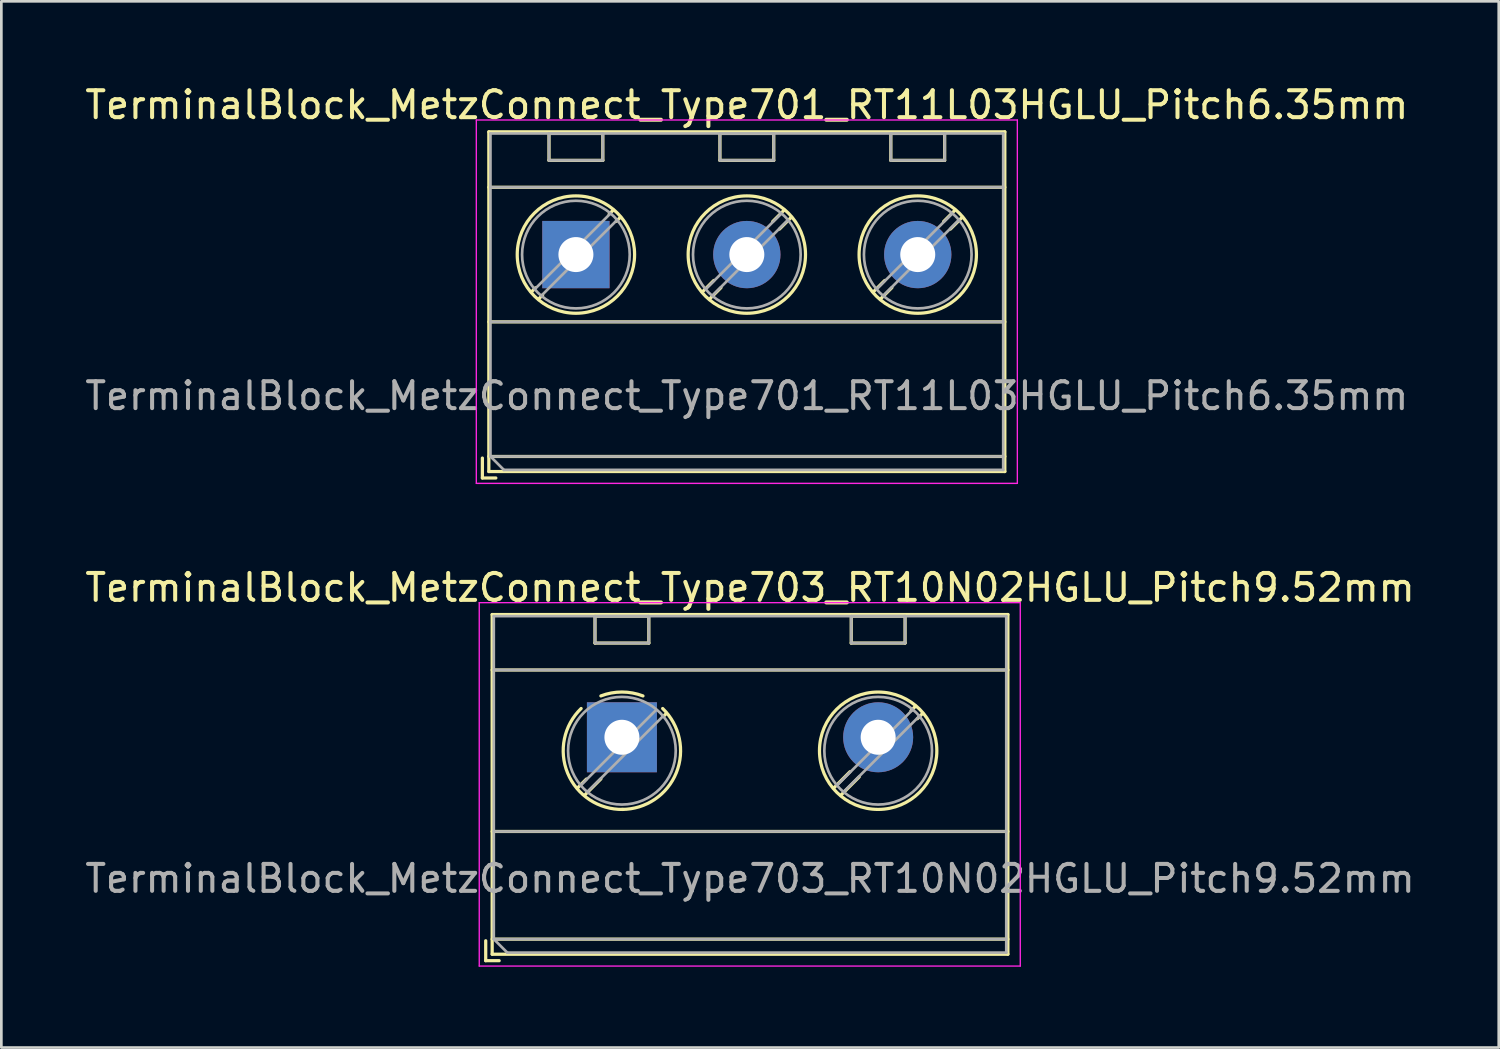
<source format=kicad_pcb>
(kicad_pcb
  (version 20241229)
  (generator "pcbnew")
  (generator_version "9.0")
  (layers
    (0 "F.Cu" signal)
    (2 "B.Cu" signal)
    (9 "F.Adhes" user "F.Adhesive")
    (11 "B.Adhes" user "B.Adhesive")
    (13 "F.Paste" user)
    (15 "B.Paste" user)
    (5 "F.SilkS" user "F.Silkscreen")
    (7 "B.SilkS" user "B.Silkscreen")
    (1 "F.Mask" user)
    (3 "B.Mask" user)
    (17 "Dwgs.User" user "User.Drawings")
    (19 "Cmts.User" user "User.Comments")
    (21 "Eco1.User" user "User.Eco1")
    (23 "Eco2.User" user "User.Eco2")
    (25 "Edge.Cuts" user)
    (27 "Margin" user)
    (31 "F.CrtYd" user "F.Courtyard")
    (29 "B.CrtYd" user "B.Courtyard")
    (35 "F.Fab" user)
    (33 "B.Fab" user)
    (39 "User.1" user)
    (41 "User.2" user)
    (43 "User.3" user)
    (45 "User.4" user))
  (footprint "TerminalBlock_MetzConnect_Type701_RT11L03HGLU_Pitch6.35mm"
    (layer "F.Cu")
    (at 18.346 6.408)
    (property "Reference" "TerminalBlock_MetzConnect_Type701_RT11L03HGLU_Pitch6.35mm" (at 6.35 -5.56 0) (layer "F.SilkS") (effects (font (size 1 1) (thickness 0.15))))
    (attr through_hole)
    (fp_line (start -3.475 7.56) (end -3.475 8.3) (stroke (width 0.12) (type solid)) (layer "F.SilkS"))
    (fp_line (start -3.475 8.3) (end -2.975 8.3) (stroke (width 0.12) (type solid)) (layer "F.SilkS"))
    (fp_line (start -3.235 -4.56) (end -3.235 8.06) (stroke (width 0.12) (type solid)) (layer "F.SilkS"))
    (fp_line (start -3.235 -2.5) (end 15.935 -2.5) (stroke (width 0.12) (type solid)) (layer "F.SilkS"))
    (fp_line (start -3.235 2.5) (end 15.935 2.5) (stroke (width 0.12) (type solid)) (layer "F.SilkS"))
    (fp_line (start -3.235 7.5) (end 15.935 7.5) (stroke (width 0.12) (type solid)) (layer "F.SilkS"))
    (fp_line (start -3.235 8.06) (end 15.935 8.06) (stroke (width 0.12) (type solid)) (layer "F.SilkS"))
    (fp_line (start -1.502 1.235) (end -1.654 1.388) (stroke (width 0.12) (type solid)) (layer "F.SilkS"))
    (fp_line (start -1.236 1.502) (end -1.388 1.654) (stroke (width 0.12) (type solid)) (layer "F.SilkS"))
    (fp_line (start -1 -4.5) (end -1 -3.5) (stroke (width 0.12) (type solid)) (layer "F.SilkS"))
    (fp_line (start -1 -4.5) (end 1 -4.5) (stroke (width 0.12) (type solid)) (layer "F.SilkS"))
    (fp_line (start -1 -3.5) (end 1 -3.5) (stroke (width 0.12) (type solid)) (layer "F.SilkS"))
    (fp_line (start 1 -4.5) (end 1 -3.5) (stroke (width 0.12) (type solid)) (layer "F.SilkS"))
    (fp_line (start 1.388 -1.654) (end 1.236 -1.502) (stroke (width 0.12) (type solid)) (layer "F.SilkS"))
    (fp_line (start 1.654 -1.388) (end 1.502 -1.236) (stroke (width 0.12) (type solid)) (layer "F.SilkS"))
    (fp_line (start 5.123 0.962) (end 4.697 1.388) (stroke (width 0.12) (type solid)) (layer "F.SilkS"))
    (fp_line (start 5.35 -4.5) (end 5.35 -3.5) (stroke (width 0.12) (type solid)) (layer "F.SilkS"))
    (fp_line (start 5.35 -4.5) (end 7.35 -4.5) (stroke (width 0.12) (type solid)) (layer "F.SilkS"))
    (fp_line (start 5.35 -3.5) (end 7.35 -3.5) (stroke (width 0.12) (type solid)) (layer "F.SilkS"))
    (fp_line (start 5.389 1.228) (end 4.963 1.654) (stroke (width 0.12) (type solid)) (layer "F.SilkS"))
    (fp_line (start 7.35 -4.5) (end 7.35 -3.5) (stroke (width 0.12) (type solid)) (layer "F.SilkS"))
    (fp_line (start 7.738 -1.654) (end 7.312 -1.228) (stroke (width 0.12) (type solid)) (layer "F.SilkS"))
    (fp_line (start 8.004 -1.388) (end 7.563 -0.947) (stroke (width 0.12) (type solid)) (layer "F.SilkS"))
    (fp_line (start 11.473 0.962) (end 11.047 1.388) (stroke (width 0.12) (type solid)) (layer "F.SilkS"))
    (fp_line (start 11.7 -4.5) (end 11.7 -3.5) (stroke (width 0.12) (type solid)) (layer "F.SilkS"))
    (fp_line (start 11.7 -4.5) (end 13.7 -4.5) (stroke (width 0.12) (type solid)) (layer "F.SilkS"))
    (fp_line (start 11.7 -3.5) (end 13.7 -3.5) (stroke (width 0.12) (type solid)) (layer "F.SilkS"))
    (fp_line (start 11.739 1.228) (end 11.313 1.654) (stroke (width 0.12) (type solid)) (layer "F.SilkS"))
    (fp_line (start 13.7 -4.5) (end 13.7 -3.5) (stroke (width 0.12) (type solid)) (layer "F.SilkS"))
    (fp_line (start 14.088 -1.654) (end 13.662 -1.228) (stroke (width 0.12) (type solid)) (layer "F.SilkS"))
    (fp_line (start 14.354 -1.388) (end 13.913 -0.947) (stroke (width 0.12) (type solid)) (layer "F.SilkS"))
    (fp_line (start 15.935 -4.56) (end -3.235 -4.56) (stroke (width 0.12) (type solid)) (layer "F.SilkS"))
    (fp_line (start 15.935 8.06) (end 15.935 -4.56) (stroke (width 0.12) (type solid)) (layer "F.SilkS"))
    (fp_circle (center 0 0) (end 2.18 0) (stroke (width 0.12) (type solid)) (fill no) (layer "F.SilkS"))
    (fp_circle (center 6.35 0) (end 8.53 0) (stroke (width 0.12) (type solid)) (fill no) (layer "F.SilkS"))
    (fp_circle (center 12.7 0) (end 14.88 0) (stroke (width 0.12) (type solid)) (fill no) (layer "F.SilkS"))
    (fp_line (start -3.7 -5) (end -3.7 8.5) (stroke (width 0.05) (type solid)) (layer "F.CrtYd"))
    (fp_line (start -3.7 8.5) (end 16.4 8.5) (stroke (width 0.05) (type solid)) (layer "F.CrtYd"))
    (fp_line (start 16.4 -5) (end -3.7 -5) (stroke (width 0.05) (type solid)) (layer "F.CrtYd"))
    (fp_line (start 16.4 8.5) (end 16.4 -5) (stroke (width 0.05) (type solid)) (layer "F.CrtYd"))
    (fp_line (start -3.175 -4.5) (end 15.875 -4.5) (stroke (width 0.1) (type solid)) (layer "F.Fab"))
    (fp_line (start -3.175 -2.5) (end 15.875 -2.5) (stroke (width 0.1) (type solid)) (layer "F.Fab"))
    (fp_line (start -3.175 2.5) (end 15.875 2.5) (stroke (width 0.1) (type solid)) (layer "F.Fab"))
    (fp_line (start -3.175 7.5) (end -3.175 -4.5) (stroke (width 0.1) (type solid)) (layer "F.Fab"))
    (fp_line (start -3.175 7.5) (end 15.875 7.5) (stroke (width 0.1) (type solid)) (layer "F.Fab"))
    (fp_line (start -2.675 8) (end -3.175 7.5) (stroke (width 0.1) (type solid)) (layer "F.Fab"))
    (fp_line (start -1 -4.5) (end -1 -3.5) (stroke (width 0.1) (type solid)) (layer "F.Fab"))
    (fp_line (start -1 -3.5) (end 1 -3.5) (stroke (width 0.1) (type solid)) (layer "F.Fab"))
    (fp_line (start 1 -4.5) (end -1 -4.5) (stroke (width 0.1) (type solid)) (layer "F.Fab"))
    (fp_line (start 1 -3.5) (end 1 -4.5) (stroke (width 0.1) (type solid)) (layer "F.Fab"))
    (fp_line (start 1.273 -1.517) (end -1.517 1.273) (stroke (width 0.1) (type solid)) (layer "F.Fab"))
    (fp_line (start 1.517 -1.273) (end -1.273 1.517) (stroke (width 0.1) (type solid)) (layer "F.Fab"))
    (fp_line (start 5.35 -4.5) (end 5.35 -3.5) (stroke (width 0.1) (type solid)) (layer "F.Fab"))
    (fp_line (start 5.35 -3.5) (end 7.35 -3.5) (stroke (width 0.1) (type solid)) (layer "F.Fab"))
    (fp_line (start 7.35 -4.5) (end 5.35 -4.5) (stroke (width 0.1) (type solid)) (layer "F.Fab"))
    (fp_line (start 7.35 -3.5) (end 7.35 -4.5) (stroke (width 0.1) (type solid)) (layer "F.Fab"))
    (fp_line (start 7.623 -1.517) (end 4.834 1.273) (stroke (width 0.1) (type solid)) (layer "F.Fab"))
    (fp_line (start 7.867 -1.273) (end 5.078 1.517) (stroke (width 0.1) (type solid)) (layer "F.Fab"))
    (fp_line (start 11.7 -4.5) (end 11.7 -3.5) (stroke (width 0.1) (type solid)) (layer "F.Fab"))
    (fp_line (start 11.7 -3.5) (end 13.7 -3.5) (stroke (width 0.1) (type solid)) (layer "F.Fab"))
    (fp_line (start 13.7 -4.5) (end 11.7 -4.5) (stroke (width 0.1) (type solid)) (layer "F.Fab"))
    (fp_line (start 13.7 -3.5) (end 13.7 -4.5) (stroke (width 0.1) (type solid)) (layer "F.Fab"))
    (fp_line (start 13.973 -1.517) (end 11.184 1.273) (stroke (width 0.1) (type solid)) (layer "F.Fab"))
    (fp_line (start 14.217 -1.273) (end 11.428 1.517) (stroke (width 0.1) (type solid)) (layer "F.Fab"))
    (fp_line (start 15.875 -4.5) (end 15.875 8) (stroke (width 0.1) (type solid)) (layer "F.Fab"))
    (fp_line (start 15.875 8) (end -2.675 8) (stroke (width 0.1) (type solid)) (layer "F.Fab"))
    (fp_circle (center 0 0) (end 2 0) (stroke (width 0.1) (type solid)) (fill no) (layer "F.Fab"))
    (fp_circle (center 6.35 0) (end 8.35 0) (stroke (width 0.1) (type solid)) (fill no) (layer "F.Fab"))
    (fp_circle (center 12.7 0) (end 14.7 0) (stroke (width 0.1) (type solid)) (fill no) (layer "F.Fab"))
    (fp_text user "${REFERENCE}" (at 6.35 5.25 0) (layer "F.Fab") (effects (font (size 1 1) (thickness 0.15))))
    (pad "1" thru_hole rect (at 0 0) (size 2.5 2.5) (drill 1.3) (layers "*.Cu" "*.Mask"))
    (pad "2" thru_hole circle (at 6.35 0) (size 2.5 2.5) (drill 1.3) (layers "*.Cu" "*.Mask"))
    (pad "3" thru_hole circle (at 12.7 0) (size 2.5 2.5) (drill 1.3) (layers "*.Cu" "*.Mask")))
  (footprint "TerminalBlock_MetzConnect_Type703_RT10N02HGLU_Pitch9.52mm"
    (layer "F.Cu")
    (at 20.055 24.341)
    (property "Reference" "TerminalBlock_MetzConnect_Type703_RT10N02HGLU_Pitch9.52mm" (at 4.76 -5.56 0) (layer "F.SilkS") (effects (font (size 1 1) (thickness 0.15))))
    (attr through_hole)
    (fp_line (start -5.06 7.56) (end -5.06 8.3) (stroke (width 0.12) (type solid)) (layer "F.SilkS"))
    (fp_line (start -5.06 8.3) (end -4.56 8.3) (stroke (width 0.12) (type solid)) (layer "F.SilkS"))
    (fp_line (start -4.82 -4.56) (end -4.82 8.06) (stroke (width 0.12) (type solid)) (layer "F.SilkS"))
    (fp_line (start -4.82 -2.5) (end 14.34 -2.5) (stroke (width 0.12) (type solid)) (layer "F.SilkS"))
    (fp_line (start -4.82 3.5) (end 14.34 3.5) (stroke (width 0.12) (type solid)) (layer "F.SilkS"))
    (fp_line (start -4.82 7.5) (end 14.34 7.5) (stroke (width 0.12) (type solid)) (layer "F.SilkS"))
    (fp_line (start -4.82 8.06) (end 14.34 8.06) (stroke (width 0.12) (type solid)) (layer "F.SilkS"))
    (fp_line (start -1.32 1.553) (end -1.654 1.888) (stroke (width 0.12) (type solid)) (layer "F.SilkS"))
    (fp_line (start -1 -4.5) (end -1 -3.5) (stroke (width 0.12) (type solid)) (layer "F.SilkS"))
    (fp_line (start -1 -4.5) (end 1 -4.5) (stroke (width 0.12) (type solid)) (layer "F.SilkS"))
    (fp_line (start -1 -3.5) (end 1 -3.5) (stroke (width 0.12) (type solid)) (layer "F.SilkS"))
    (fp_line (start -0.78 1.546) (end -1.388 2.154) (stroke (width 0.12) (type solid)) (layer "F.SilkS"))
    (fp_line (start 1 -4.5) (end 1 -3.5) (stroke (width 0.12) (type solid)) (layer "F.SilkS"))
    (fp_line (start 1.654 -0.888) (end 1.547 -0.781) (stroke (width 0.12) (type solid)) (layer "F.SilkS"))
    (fp_line (start 8.475 1.279) (end 7.867 1.888) (stroke (width 0.12) (type solid)) (layer "F.SilkS"))
    (fp_line (start 8.52 -4.5) (end 8.52 -3.5) (stroke (width 0.12) (type solid)) (layer "F.SilkS"))
    (fp_line (start 8.52 -4.5) (end 10.52 -4.5) (stroke (width 0.12) (type solid)) (layer "F.SilkS"))
    (fp_line (start 8.52 -3.5) (end 10.52 -3.5) (stroke (width 0.12) (type solid)) (layer "F.SilkS"))
    (fp_line (start 8.817 1.47) (end 8.133 2.154) (stroke (width 0.12) (type solid)) (layer "F.SilkS"))
    (fp_line (start 10.52 -4.5) (end 10.52 -3.5) (stroke (width 0.12) (type solid)) (layer "F.SilkS"))
    (fp_line (start 10.908 -1.154) (end 10.741 -0.986) (stroke (width 0.12) (type solid)) (layer "F.SilkS"))
    (fp_line (start 11.174 -0.888) (end 10.976 -0.69) (stroke (width 0.12) (type solid)) (layer "F.SilkS"))
    (fp_line (start 14.34 -4.56) (end -4.82 -4.56) (stroke (width 0.12) (type solid)) (layer "F.SilkS"))
    (fp_line (start 14.34 8.06) (end 14.34 -4.56) (stroke (width 0.12) (type solid)) (layer "F.SilkS"))
    (fp_arc (start -0.781211 -1.536303) (mid 0.000423 -1.681014) (end 0.782 -1.536) (stroke (width 0.12) (type solid)) (layer "F.SilkS"))
    (fp_arc (start 0.037945 2.680721) (mid -2.015074 1.334542) (end -1.515 -1.069) (stroke (width 0.12) (type solid)) (layer "F.SilkS"))
    (fp_arc (start 1.514355 -1.068161) (mid 2.021261 1.316642) (end 0 2.68) (stroke (width 0.12) (type solid)) (layer "F.SilkS"))
    (fp_circle (center 9.52 0.5) (end 11.7 0.5) (stroke (width 0.12) (type solid)) (fill no) (layer "F.SilkS"))
    (fp_line (start -5.3 -5) (end -5.3 8.5) (stroke (width 0.05) (type solid)) (layer "F.CrtYd"))
    (fp_line (start -5.3 8.5) (end 14.8 8.5) (stroke (width 0.05) (type solid)) (layer "F.CrtYd"))
    (fp_line (start 14.8 -5) (end -5.3 -5) (stroke (width 0.05) (type solid)) (layer "F.CrtYd"))
    (fp_line (start 14.8 8.5) (end 14.8 -5) (stroke (width 0.05) (type solid)) (layer "F.CrtYd"))
    (fp_line (start -4.76 -4.5) (end 14.28 -4.5) (stroke (width 0.1) (type solid)) (layer "F.Fab"))
    (fp_line (start -4.76 -2.5) (end 14.28 -2.5) (stroke (width 0.1) (type solid)) (layer "F.Fab"))
    (fp_line (start -4.76 3.5) (end 14.28 3.5) (stroke (width 0.1) (type solid)) (layer "F.Fab"))
    (fp_line (start -4.76 7.5) (end -4.76 -4.5) (stroke (width 0.1) (type solid)) (layer "F.Fab"))
    (fp_line (start -4.76 7.5) (end 14.28 7.5) (stroke (width 0.1) (type solid)) (layer "F.Fab"))
    (fp_line (start -4.26 8) (end -4.76 7.5) (stroke (width 0.1) (type solid)) (layer "F.Fab"))
    (fp_line (start -1 -4.5) (end -1 -3.5) (stroke (width 0.1) (type solid)) (layer "F.Fab"))
    (fp_line (start -1 -3.5) (end 1 -3.5) (stroke (width 0.1) (type solid)) (layer "F.Fab"))
    (fp_line (start 1 -4.5) (end -1 -4.5) (stroke (width 0.1) (type solid)) (layer "F.Fab"))
    (fp_line (start 1 -3.5) (end 1 -4.5) (stroke (width 0.1) (type solid)) (layer "F.Fab"))
    (fp_line (start 1.273 -1.017) (end -1.517 1.773) (stroke (width 0.1) (type solid)) (layer "F.Fab"))
    (fp_line (start 1.517 -0.773) (end -1.273 2.017) (stroke (width 0.1) (type solid)) (layer "F.Fab"))
    (fp_line (start 8.52 -4.5) (end 8.52 -3.5) (stroke (width 0.1) (type solid)) (layer "F.Fab"))
    (fp_line (start 8.52 -3.5) (end 10.52 -3.5) (stroke (width 0.1) (type solid)) (layer "F.Fab"))
    (fp_line (start 10.52 -4.5) (end 8.52 -4.5) (stroke (width 0.1) (type solid)) (layer "F.Fab"))
    (fp_line (start 10.52 -3.5) (end 10.52 -4.5) (stroke (width 0.1) (type solid)) (layer "F.Fab"))
    (fp_line (start 10.793 -1.017) (end 8.004 1.773) (stroke (width 0.1) (type solid)) (layer "F.Fab"))
    (fp_line (start 11.037 -0.773) (end 8.248 2.017) (stroke (width 0.1) (type solid)) (layer "F.Fab"))
    (fp_line (start 14.28 -4.5) (end 14.28 8) (stroke (width 0.1) (type solid)) (layer "F.Fab"))
    (fp_line (start 14.28 8) (end -4.26 8) (stroke (width 0.1) (type solid)) (layer "F.Fab"))
    (fp_circle (center 0 0.5) (end 2 0.5) (stroke (width 0.1) (type solid)) (fill no) (layer "F.Fab"))
    (fp_circle (center 9.52 0.5) (end 11.52 0.5) (stroke (width 0.1) (type solid)) (fill no) (layer "F.Fab"))
    (fp_text user "${REFERENCE}" (at 4.76 5.25 0) (layer "F.Fab") (effects (font (size 1 1) (thickness 0.15))))
    (pad "1" thru_hole rect (at 0 0) (size 2.6 2.6) (drill 1.3) (layers "*.Cu" "*.Mask"))
    (pad "2" thru_hole circle (at 9.52 0) (size 2.6 2.6) (drill 1.3) (layers "*.Cu" "*.Mask")))
  (gr_rect
    (start -3 -3)
    (end 52.631 35.867)
    (stroke (width 0.1) (type default))
    (fill no)
    (layer "Edge.Cuts")))
</source>
